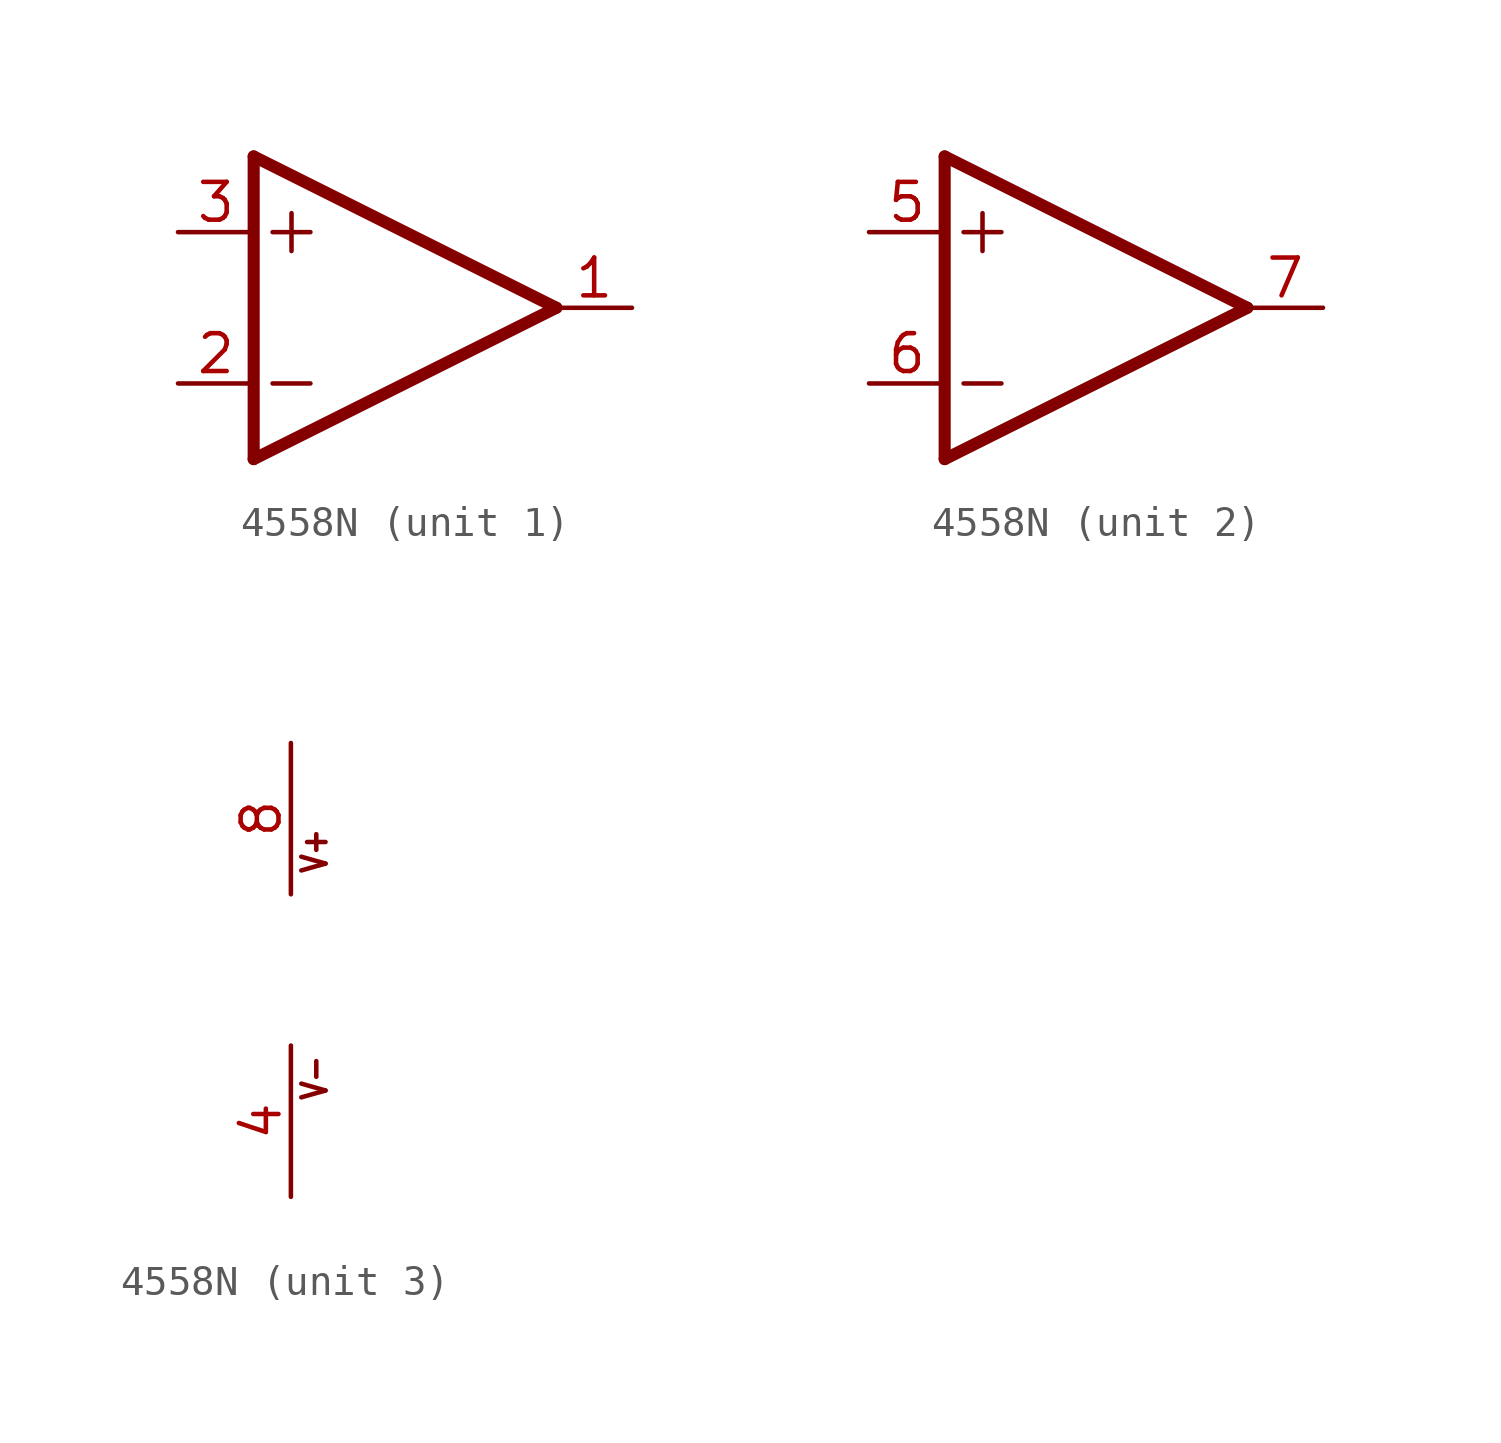
<source format=kicad_sym>
(kicad_symbol_lib
  (version 20231120)
  (generator "kicad_symbol_editor")
  (generator_version "8.0")
  (symbol "4558N"
    (property "Reference" "IC"
      (at 2.54 3.175 0)
      (effects (font (size 1.778 1.511)) (justify left bottom) (hide yes)))
    (property "ki_locked" ""
      (at 0 0 0)
      (effects (font (size 1.27 1.27))))
    (symbol "4558N_1_0"
      (polyline (pts (xy -5.08 -5.08) (xy 5.08 0)) (stroke (width 0.406) (type solid)) (fill (type none)))
      (polyline (pts (xy -5.08 5.08) (xy -5.08 -5.08)) (stroke (width 0.406) (type solid)) (fill (type none)))
      (polyline (pts (xy -4.445 -2.54) (xy -3.175 -2.54)) (stroke (width 0.152) (type solid)) (fill (type none)))
      (polyline (pts (xy -4.445 2.54) (xy -3.175 2.54)) (stroke (width 0.152) (type solid)) (fill (type none)))
      (polyline (pts (xy -3.81 3.175) (xy -3.81 1.905)) (stroke (width 0.152) (type solid)) (fill (type none)))
      (polyline (pts (xy 5.08 0) (xy -5.08 5.08)) (stroke (width 0.406) (type solid)) (fill (type none)))
      (pin output line (at 7.62 0 180) (length 2.54) (name "OUT" (effects (font (size 0 0)))) (number "1" (effects (font (size 1.27 1.27)))))
      (pin input line (at -7.62 -2.54 0) (length 2.54) (name "-IN" (effects (font (size 0 0)))) (number "2" (effects (font (size 1.27 1.27)))))
      (pin input line (at -7.62 2.54 0) (length 2.54) (name "+IN" (effects (font (size 0 0)))) (number "3" (effects (font (size 1.27 1.27))))))
    (symbol "4558N_2_0"
      (polyline (pts (xy -5.08 -5.08) (xy 5.08 0)) (stroke (width 0.406) (type solid)) (fill (type none)))
      (polyline (pts (xy -5.08 5.08) (xy -5.08 -5.08)) (stroke (width 0.406) (type solid)) (fill (type none)))
      (polyline (pts (xy -4.445 -2.54) (xy -3.175 -2.54)) (stroke (width 0.152) (type solid)) (fill (type none)))
      (polyline (pts (xy -4.445 2.54) (xy -3.175 2.54)) (stroke (width 0.152) (type solid)) (fill (type none)))
      (polyline (pts (xy -3.81 3.175) (xy -3.81 1.905)) (stroke (width 0.152) (type solid)) (fill (type none)))
      (polyline (pts (xy 5.08 0) (xy -5.08 5.08)) (stroke (width 0.406) (type solid)) (fill (type none)))
      (pin input line (at -7.62 2.54 0) (length 2.54) (name "+IN" (effects (font (size 0 0)))) (number "5" (effects (font (size 1.27 1.27)))))
      (pin input line (at -7.62 -2.54 0) (length 2.54) (name "-IN" (effects (font (size 0 0)))) (number "6" (effects (font (size 1.27 1.27)))))
      (pin output line (at 7.62 0 180) (length 2.54) (name "OUT" (effects (font (size 0 0)))) (number "7" (effects (font (size 1.27 1.27))))))
    (symbol "4558N_3_0"
      (text "V+" (at 1.27 3.175 900) (effects (font (size 0.813 0.691)) (justify left bottom)))
      (text "V-" (at 1.27 -4.445 900) (effects (font (size 0.813 0.691)) (justify left bottom)))
      (pin power_in line (at 0 -7.62 90) (length 5.08) (name "V-" (effects (font (size 0 0)))) (number "4" (effects (font (size 1.27 1.27)))))
      (pin power_in line (at 0 7.62 270) (length 5.08) (name "V+" (effects (font (size 0 0)))) (number "8" (effects (font (size 1.27 1.27))))))))
</source>
